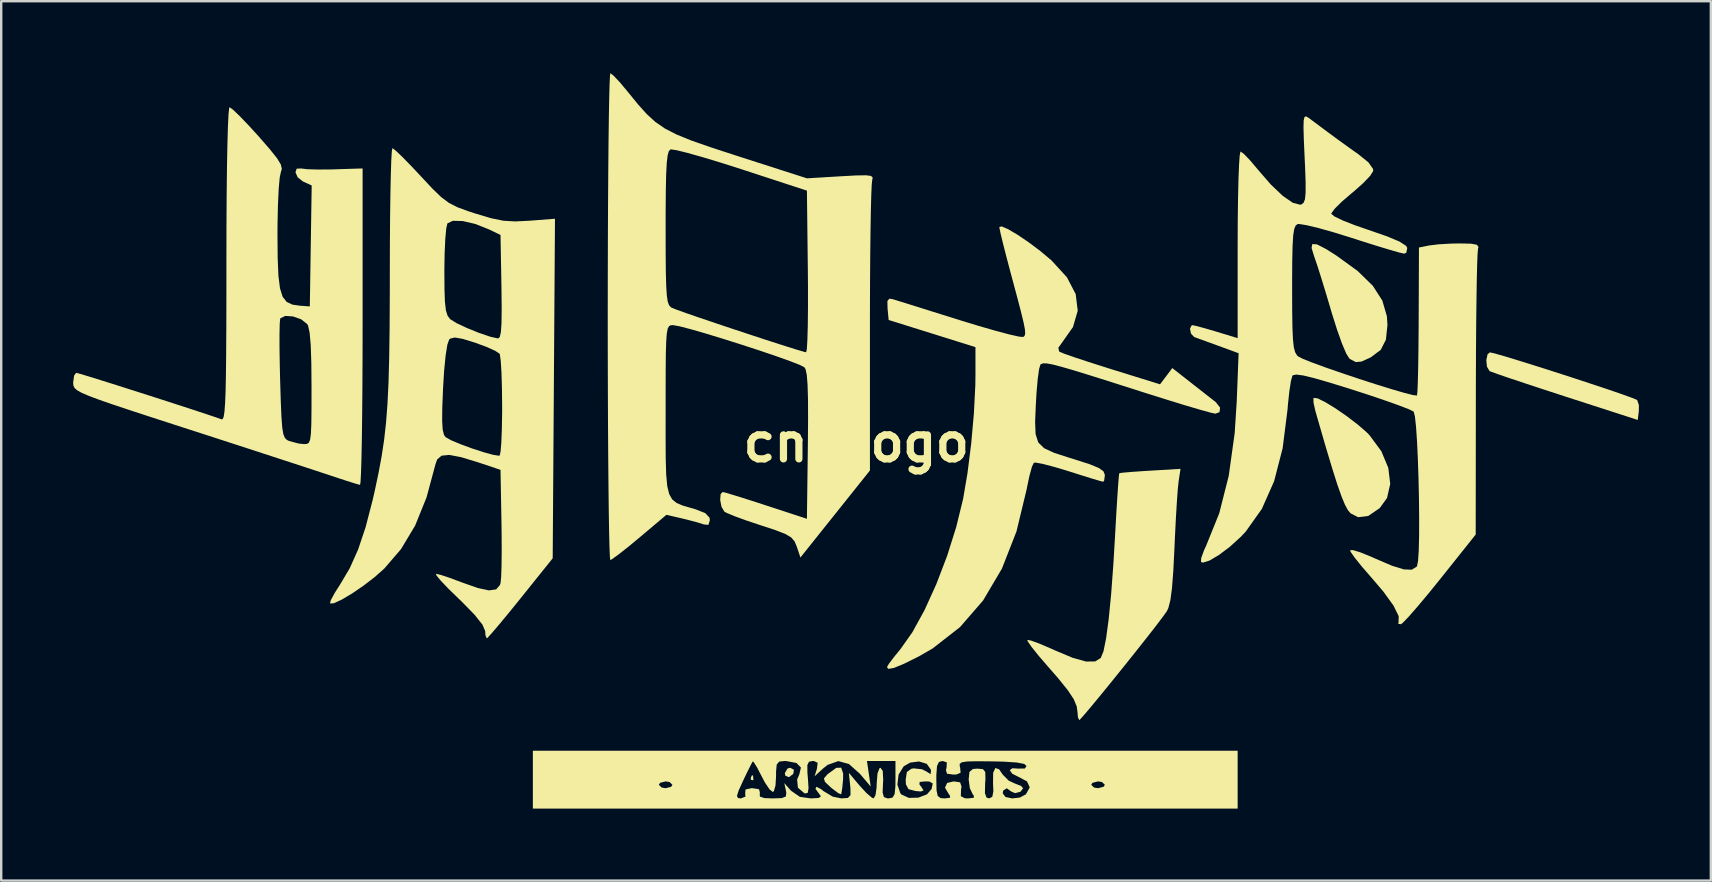
<source format=kicad_pcb>
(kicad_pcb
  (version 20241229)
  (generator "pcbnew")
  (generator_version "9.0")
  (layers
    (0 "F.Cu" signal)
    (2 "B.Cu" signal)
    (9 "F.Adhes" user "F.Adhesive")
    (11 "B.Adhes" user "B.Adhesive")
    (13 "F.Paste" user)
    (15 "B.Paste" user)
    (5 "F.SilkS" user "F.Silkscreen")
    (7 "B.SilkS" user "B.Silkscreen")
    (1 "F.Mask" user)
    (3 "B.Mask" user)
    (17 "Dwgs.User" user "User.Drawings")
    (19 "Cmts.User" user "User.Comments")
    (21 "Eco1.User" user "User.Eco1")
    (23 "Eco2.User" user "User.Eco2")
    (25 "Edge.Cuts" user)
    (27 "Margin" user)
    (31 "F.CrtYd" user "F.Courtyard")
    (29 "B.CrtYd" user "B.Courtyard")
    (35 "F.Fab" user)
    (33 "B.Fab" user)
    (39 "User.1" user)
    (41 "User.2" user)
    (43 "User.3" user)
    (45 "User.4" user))
  (footprint "cn-logo"
    (layer "F.Cu")
    (at 32.637 15.396)
    (property "Reference" "cn-logo" (at 0 0 0) (layer "F.SilkS") (effects (font (size 1.5 1.5) (thickness 0.3))))
    (attr board_only exclude_from_pos_files exclude_from_bom)
    (fp_poly (pts (xy -4.304 13.882) (xy -4.287 14.051) (xy -4.304 14.072) (xy -4.389 14.052) (xy -4.399 13.977) (xy -4.347 13.86)) (stroke (width 0) (type solid)) (fill yes) (layer "F.SilkS"))
    (fp_poly (pts (xy -2.6 13.634) (xy -2.625 13.804) (xy -2.811 13.945) (xy -2.956 13.883) (xy -2.98 13.776) (xy -2.866 13.581) (xy -2.755 13.551)) (stroke (width 0) (type solid)) (fill yes) (layer "F.SilkS"))
    (fp_poly (pts (xy -0.548 13.791) (xy -0.552 14.048) (xy -0.588 14.416) (xy -0.626 14.636) (xy -0.635 14.658) (xy -0.758 14.605) (xy -1.005 14.418) (xy -1.06 14.372) (xy -1.304 14.143) (xy -1.35 13.998) (xy -1.217 13.839) (xy -1.182 13.808) (xy -0.838 13.555) (xy -0.631 13.547)) (stroke (width 0) (type solid)) (fill yes) (layer "F.SilkS"))
    (fp_poly (pts (xy 19.222 -1.845) (xy 19.546 -1.685) (xy 19.973 -1.425) (xy 20.441 -1.102) (xy 20.893 -0.757) (xy 21.27 -0.429) (xy 21.391 -0.306) (xy 21.882 0.361) (xy 22.171 1.052) (xy 22.252 1.717) (xy 22.119 2.307) (xy 21.815 2.728) (xy 21.337 3.056) (xy 20.914 3.109) (xy 20.601 2.948) (xy 20.489 2.817) (xy 20.366 2.592) (xy 20.222 2.244) (xy 20.046 1.745) (xy 19.831 1.066) (xy 19.564 0.177) (xy 19.238 -0.948) (xy 19.13 -1.326) (xy 19.055 -1.659) (xy 19.051 -1.854) (xy 19.057 -1.864)) (stroke (width 0) (type solid)) (fill yes) (layer "F.SilkS"))
    (fp_poly (pts (xy 26.597 -3.718) (xy 27.005 -3.602) (xy 27.583 -3.426) (xy 28.282 -3.208) (xy 29.054 -2.962) (xy 29.851 -2.705) (xy 30.625 -2.45) (xy 31.329 -2.216) (xy 31.913 -2.015) (xy 32.331 -1.865) (xy 32.532 -1.781) (xy 32.542 -1.775) (xy 32.615 -1.565) (xy 32.612 -1.305) (xy 32.566 -0.944) (xy 29.546 -1.921) (xy 28.665 -2.208) (xy 27.873 -2.469) (xy 27.211 -2.69) (xy 26.718 -2.859) (xy 26.437 -2.962) (xy 26.389 -2.983) (xy 26.282 -3.166) (xy 26.256 -3.443) (xy 26.309 -3.683) (xy 26.407 -3.76)) (stroke (width 0) (type solid)) (fill yes) (layer "F.SilkS"))
    (fp_poly (pts (xy 19.196 -8.262) (xy 19.568 -8.072) (xy 20.011 -7.793) (xy 20.894 -7.152) (xy 21.523 -6.539) (xy 21.921 -5.922) (xy 22.112 -5.27) (xy 22.136 -4.9) (xy 22.072 -4.289) (xy 21.856 -3.866) (xy 21.449 -3.559) (xy 21.43 -3.549) (xy 21.06 -3.379) (xy 20.82 -3.355) (xy 20.596 -3.472) (xy 20.543 -3.512) (xy 20.419 -3.71) (xy 20.243 -4.124) (xy 20.038 -4.697) (xy 19.826 -5.369) (xy 19.798 -5.463) (xy 19.584 -6.186) (xy 19.378 -6.858) (xy 19.204 -7.406) (xy 19.082 -7.759) (xy 19.079 -7.769) (xy 18.974 -8.111) (xy 19.005 -8.275)) (stroke (width 0) (type solid)) (fill yes) (layer "F.SilkS"))
    (fp_poly (pts (xy 13.433 1.611) (xy 13.399 1.931) (xy 13.36 2.471) (xy 13.318 3.169) (xy 13.278 3.962) (xy 13.259 4.399) (xy 13.211 5.357) (xy 13.156 6.068) (xy 13.089 6.568) (xy 13.005 6.893) (xy 12.943 7.024) (xy 12.781 7.252) (xy 12.489 7.637) (xy 12.098 8.139) (xy 11.64 8.717) (xy 11.149 9.332) (xy 10.656 9.943) (xy 10.194 10.51) (xy 9.796 10.992) (xy 9.493 11.35) (xy 9.318 11.543) (xy 9.29 11.565) (xy 9.236 11.445) (xy 9.223 11.272) (xy 9.187 10.995) (xy 9.06 10.691) (xy 8.811 10.315) (xy 8.413 9.821) (xy 7.979 9.324) (xy 7.595 8.878) (xy 7.304 8.515) (xy 7.143 8.281) (xy 7.126 8.223) (xy 7.275 8.248) (xy 7.617 8.372) (xy 8.086 8.572) (xy 8.269 8.655) (xy 9.022 8.97) (xy 9.575 9.124) (xy 9.957 9.119) (xy 10.188 8.974) (xy 10.301 8.699) (xy 10.411 8.154) (xy 10.518 7.357) (xy 10.62 6.321) (xy 10.714 5.062) (xy 10.782 3.916) (xy 10.828 3.088) (xy 10.872 2.366) (xy 10.911 1.792) (xy 10.941 1.413) (xy 10.96 1.274) (xy 11.108 1.253) (xy 11.474 1.221) (xy 11.991 1.185) (xy 12.255 1.169) (xy 13.512 1.094)) (stroke (width 0) (type solid)) (fill yes) (layer "F.SilkS"))
    (fp_poly (pts (xy 6.335 -8.89) (xy 6.729 -8.657) (xy 7.193 -8.342) (xy 7.678 -7.977) (xy 8.132 -7.596) (xy 8.778 -6.89) (xy 9.143 -6.189) (xy 9.228 -5.496) (xy 9.03 -4.816) (xy 8.606 -4.214) (xy 8.42 -3.954) (xy 8.453 -3.801) (xy 8.482 -3.78) (xy 8.673 -3.702) (xy 9.084 -3.558) (xy 9.659 -3.368) (xy 10.348 -3.148) (xy 10.657 -3.051) (xy 12.658 -2.43) (xy 12.914 -2.768) (xy 13.169 -3.107) (xy 13.974 -2.476) (xy 14.403 -2.14) (xy 14.763 -1.858) (xy 14.978 -1.69) (xy 14.981 -1.687) (xy 15.161 -1.457) (xy 15.137 -1.268) (xy 14.963 -1.206) (xy 14.767 -1.248) (xy 14.345 -1.365) (xy 13.738 -1.544) (xy 12.989 -1.774) (xy 12.141 -2.04) (xy 11.806 -2.147) (xy 10.659 -2.513) (xy 9.753 -2.799) (xy 9.058 -3.013) (xy 8.543 -3.162) (xy 8.18 -3.256) (xy 7.939 -3.3) (xy 7.79 -3.304) (xy 7.704 -3.276) (xy 7.671 -3.248) (xy 7.617 -3.061) (xy 7.561 -2.656) (xy 7.512 -2.097) (xy 7.483 -1.604) (xy 7.452 -0.868) (xy 7.472 -0.355) (xy 7.583 -0.007) (xy 7.828 0.234) (xy 8.247 0.428) (xy 8.882 0.633) (xy 9.117 0.705) (xy 9.725 0.9) (xy 10.103 1.056) (xy 10.299 1.195) (xy 10.358 1.343) (xy 10.359 1.357) (xy 10.329 1.583) (xy 10.289 1.632) (xy 10.133 1.591) (xy 9.768 1.482) (xy 9.256 1.322) (xy 8.869 1.199) (xy 8.287 1.023) (xy 7.806 0.896) (xy 7.489 0.835) (xy 7.401 0.838) (xy 7.321 1.003) (xy 7.218 1.373) (xy 7.113 1.873) (xy 7.1 1.944) (xy 6.675 3.704) (xy 6.07 5.249) (xy 5.285 6.578) (xy 4.322 7.689) (xy 3.181 8.579) (xy 2.604 8.911) (xy 1.975 9.223) (xy 1.561 9.393) (xy 1.337 9.43) (xy 1.277 9.355) (xy 1.362 9.213) (xy 1.581 8.923) (xy 1.838 8.61) (xy 2.336 7.904) (xy 2.844 6.98) (xy 3.335 5.898) (xy 3.785 4.721) (xy 4.166 3.512) (xy 4.452 2.341) (xy 4.634 1.271) (xy 4.788 0.043) (xy 4.901 -1.219) (xy 4.96 -2.39) (xy 4.966 -2.821) (xy 4.966 -3.979) (xy 3.157 -4.545) (xy 1.348 -5.111) (xy 1.303 -5.584) (xy 1.295 -5.899) (xy 1.379 -6) (xy 1.515 -5.978) (xy 1.729 -5.912) (xy 2.165 -5.776) (xy 2.776 -5.585) (xy 3.514 -5.354) (xy 4.297 -5.108) (xy 5.101 -4.863) (xy 5.813 -4.658) (xy 6.39 -4.505) (xy 6.787 -4.416) (xy 6.958 -4.402) (xy 7.014 -4.452) (xy 7.039 -4.545) (xy 7.027 -4.719) (xy 6.97 -5.012) (xy 6.861 -5.462) (xy 6.692 -6.107) (xy 6.456 -6.986) (xy 6.442 -7.038) (xy 6.262 -7.719) (xy 6.112 -8.306) (xy 6.007 -8.742) (xy 5.961 -8.97) (xy 5.96 -8.983) (xy 6.062 -9.01)) (stroke (width 0) (type solid)) (fill yes) (layer "F.SilkS"))
    (fp_poly (pts (xy -25.979 -13.877) (xy -25.694 -13.605) (xy -25.31 -13.204) (xy -24.911 -12.766) (xy -24.44 -12.225) (xy -24.138 -11.846) (xy -23.982 -11.587) (xy -23.942 -11.405) (xy -23.979 -11.286) (xy -24.029 -11.053) (xy -24.071 -10.588) (xy -24.102 -9.941) (xy -24.12 -9.165) (xy -24.123 -8.681) (xy -24.115 -7.695) (xy -24.084 -6.957) (xy -24.018 -6.429) (xy -23.907 -6.077) (xy -23.739 -5.863) (xy -23.502 -5.751) (xy -23.201 -5.707) (xy -22.775 -5.676) (xy -22.736 -8.196) (xy -22.697 -10.717) (xy -23.061 -10.882) (xy -23.282 -11.057) (xy -23.373 -11.265) (xy -23.323 -11.417) (xy -23.124 -11.424) (xy -23.121 -11.423) (xy -22.89 -11.394) (xy -22.458 -11.381) (xy -21.907 -11.384) (xy -21.746 -11.389) (xy -20.575 -11.426) (xy -20.575 -4.826) (xy -20.578 -3.488) (xy -20.584 -2.242) (xy -20.594 -1.115) (xy -20.607 -0.135) (xy -20.623 0.671) (xy -20.642 1.274) (xy -20.662 1.646) (xy -20.682 1.762) (xy -20.857 1.714) (xy -21.231 1.597) (xy -21.734 1.432) (xy -21.923 1.369) (xy -22.33 1.234) (xy -22.966 1.025) (xy -23.79 0.756) (xy -24.762 0.439) (xy -25.841 0.088) (xy -26.987 -0.284) (xy -27.848 -0.562) (xy -29.11 -0.971) (xy -30.128 -1.303) (xy -30.929 -1.569) (xy -31.538 -1.78) (xy -31.982 -1.946) (xy -32.286 -2.077) (xy -32.478 -2.185) (xy -32.583 -2.281) (xy -32.627 -2.374) (xy -32.637 -2.476) (xy -32.637 -2.51) (xy -32.598 -2.797) (xy -32.511 -2.909) (xy -32.354 -2.867) (xy -31.975 -2.753) (xy -31.421 -2.581) (xy -30.741 -2.367) (xy -29.982 -2.125) (xy -29.191 -1.872) (xy -28.416 -1.622) (xy -27.705 -1.39) (xy -27.105 -1.193) (xy -26.665 -1.045) (xy -26.451 -0.969) (xy -26.404 -0.984) (xy -26.364 -1.085) (xy -26.332 -1.294) (xy -26.306 -1.633) (xy -26.286 -2.125) (xy -26.272 -2.791) (xy -26.262 -3.655) (xy -26.257 -4.525) (xy -24.039 -4.525) (xy -24.038 -3.912) (xy -24.026 -3.169) (xy -24.012 -2.578) (xy -23.985 -1.702) (xy -23.958 -1.068) (xy -23.925 -0.633) (xy -23.879 -0.356) (xy -23.815 -0.196) (xy -23.727 -0.109) (xy -23.643 -0.068) (xy -23.245 0.038) (xy -23.023 0.062) (xy -22.906 0.058) (xy -22.822 0.013) (xy -22.765 -0.113) (xy -22.731 -0.36) (xy -22.712 -0.767) (xy -22.705 -1.376) (xy -22.704 -2.224) (xy -22.704 -2.314) (xy -22.712 -3.324) (xy -22.738 -4.072) (xy -22.783 -4.582) (xy -22.848 -4.875) (xy -22.881 -4.937) (xy -23.133 -5.137) (xy -23.474 -5.258) (xy -23.797 -5.28) (xy -23.997 -5.184) (xy -24.01 -5.158) (xy -24.029 -4.958) (xy -24.039 -4.525) (xy -26.257 -4.525) (xy -26.255 -4.738) (xy -26.252 -6.064) (xy -26.251 -7.435) (xy -26.249 -8.939) (xy -26.241 -10.284) (xy -26.228 -11.451) (xy -26.21 -12.421) (xy -26.188 -13.173) (xy -26.163 -13.689) (xy -26.134 -13.949) (xy -26.12 -13.977)) (stroke (width 0) (type solid)) (fill yes) (layer "F.SilkS"))
    (fp_poly (pts (xy -19.201 -12.174) (xy -18.92 -11.907) (xy -18.536 -11.514) (xy -18.15 -11.103) (xy -17.667 -10.586) (xy -17.301 -10.232) (xy -16.979 -9.991) (xy -16.628 -9.811) (xy -16.176 -9.645) (xy -15.88 -9.548) (xy -15.224 -9.352) (xy -14.71 -9.247) (xy -14.217 -9.218) (xy -13.623 -9.247) (xy -13.622 -9.247) (xy -12.558 -9.33) (xy -12.605 -2.255) (xy -12.653 4.821) (xy -13.992 6.49) (xy -14.463 7.071) (xy -14.87 7.563) (xy -15.182 7.93) (xy -15.366 8.132) (xy -15.4 8.159) (xy -15.453 8.039) (xy -15.467 7.853) (xy -15.581 7.586) (xy -15.913 7.17) (xy -16.451 6.619) (xy -16.567 6.509) (xy -16.999 6.088) (xy -17.323 5.749) (xy -17.502 5.53) (xy -17.516 5.467) (xy -17.315 5.514) (xy -16.935 5.64) (xy -16.46 5.818) (xy -15.779 6.059) (xy -15.308 6.159) (xy -15.011 6.117) (xy -14.852 5.935) (xy -14.826 5.853) (xy -14.801 5.604) (xy -14.785 5.129) (xy -14.778 4.487) (xy -14.782 3.734) (xy -14.788 3.335) (xy -14.828 1.135) (xy -15.751 0.826) (xy -16.465 0.608) (xy -16.963 0.513) (xy -17.283 0.544) (xy -17.467 0.701) (xy -17.534 0.887) (xy -17.912 2.288) (xy -18.386 3.458) (xy -18.976 4.441) (xy -19.672 5.25) (xy -20.072 5.605) (xy -20.54 5.964) (xy -21.019 6.291) (xy -21.451 6.547) (xy -21.778 6.696) (xy -21.937 6.703) (xy -21.898 6.562) (xy -21.733 6.258) (xy -21.512 5.911) (xy -21.108 5.229) (xy -20.761 4.453) (xy -20.451 3.527) (xy -20.156 2.391) (xy -20.065 1.992) (xy -19.91 1.259) (xy -19.782 0.571) (xy -19.679 -0.112) (xy -19.599 -0.826) (xy -19.593 -0.897) (xy -17.26 -0.897) (xy -17.237 -0.533) (xy -17.183 -0.32) (xy -17.115 -0.226) (xy -16.884 -0.097) (xy -16.489 0.069) (xy -16.011 0.244) (xy -15.532 0.4) (xy -15.132 0.51) (xy -14.891 0.547) (xy -14.864 0.541) (xy -14.826 0.385) (xy -14.794 -0.003) (xy -14.772 -0.569) (xy -14.76 -1.262) (xy -14.76 -1.534) (xy -14.768 -2.269) (xy -14.787 -2.907) (xy -14.817 -3.391) (xy -14.853 -3.667) (xy -14.866 -3.703) (xy -15.046 -3.824) (xy -15.417 -3.991) (xy -15.887 -4.164) (xy -16.406 -4.324) (xy -16.727 -4.38) (xy -16.914 -4.339) (xy -16.969 -4.293) (xy -17.044 -4.078) (xy -17.116 -3.624) (xy -17.179 -2.978) (xy -17.223 -2.252) (xy -17.255 -1.455) (xy -17.26 -0.897) (xy -19.593 -0.897) (xy -19.539 -1.612) (xy -19.495 -2.507) (xy -19.467 -3.55) (xy -19.45 -4.778) (xy -19.442 -6.231) (xy -19.441 -7.13) (xy -19.441 -7.152) (xy -17.168 -7.152) (xy -17.163 -6.389) (xy -17.144 -5.858) (xy -17.103 -5.509) (xy -17.035 -5.291) (xy -16.933 -5.153) (xy -16.922 -5.142) (xy -16.658 -4.978) (xy -16.225 -4.775) (xy -15.725 -4.573) (xy -15.262 -4.415) (xy -14.937 -4.341) (xy -14.931 -4.34) (xy -14.86 -4.397) (xy -14.812 -4.601) (xy -14.786 -4.986) (xy -14.779 -5.585) (xy -14.788 -6.432) (xy -14.789 -6.491) (xy -14.828 -8.654) (xy -15.325 -8.893) (xy -15.885 -9.114) (xy -16.405 -9.234) (xy -16.814 -9.245) (xy -17.042 -9.135) (xy -17.043 -9.132) (xy -17.09 -8.923) (xy -17.129 -8.491) (xy -17.156 -7.898) (xy -17.168 -7.206) (xy -17.168 -7.152) (xy -19.441 -7.152) (xy -19.438 -8.307) (xy -19.43 -9.389) (xy -19.417 -10.344) (xy -19.4 -11.142) (xy -19.381 -11.75) (xy -19.358 -12.138) (xy -19.334 -12.273)) (stroke (width 0) (type solid)) (fill yes) (layer "F.SilkS"))
    (fp_poly (pts (xy -10.115 -15.293) (xy -9.86 -15.022) (xy -9.539 -14.639) (xy -9.512 -14.606) (xy -9.097 -14.096) (xy -8.733 -13.691) (xy -8.375 -13.364) (xy -7.978 -13.09) (xy -7.496 -12.842) (xy -6.885 -12.593) (xy -6.098 -12.318) (xy -5.091 -11.989) (xy -4.947 -11.942) (xy -2.058 -11.014) (xy -0.65 -11.099) (xy -0.011 -11.134) (xy 0.393 -11.141) (xy 0.609 -11.116) (xy 0.683 -11.051) (xy 0.664 -10.942) (xy 0.662 -10.937) (xy 0.642 -10.746) (xy 0.623 -10.302) (xy 0.606 -9.636) (xy 0.592 -8.78) (xy 0.58 -7.764) (xy 0.572 -6.62) (xy 0.568 -5.378) (xy 0.568 -4.764) (xy 0.568 1.162) (xy -0.88 2.975) (xy -2.329 4.788) (xy -2.482 4.331) (xy -2.574 4.114) (xy -2.716 3.95) (xy -2.964 3.805) (xy -3.375 3.645) (xy -3.979 3.447) (xy -4.57 3.25) (xy -5.068 3.069) (xy -5.403 2.929) (xy -5.499 2.876) (xy -5.618 2.674) (xy -5.673 2.39) (xy -5.654 2.145) (xy -5.57 2.059) (xy -5.401 2.101) (xy -5.019 2.216) (xy -4.477 2.386) (xy -3.83 2.595) (xy -3.76 2.618) (xy -2.058 3.175) (xy -2.019 0.106) (xy -2.01 -0.976) (xy -2.013 -1.804) (xy -2.031 -2.406) (xy -2.063 -2.812) (xy -2.112 -3.05) (xy -2.161 -3.137) (xy -2.353 -3.236) (xy -2.765 -3.397) (xy -3.344 -3.604) (xy -4.037 -3.839) (xy -4.791 -4.085) (xy -5.554 -4.326) (xy -6.271 -4.545) (xy -6.892 -4.724) (xy -7.362 -4.846) (xy -7.63 -4.895) (xy -7.64 -4.896) (xy -7.734 -4.89) (xy -7.807 -4.851) (xy -7.861 -4.745) (xy -7.899 -4.541) (xy -7.923 -4.205) (xy -7.938 -3.704) (xy -7.944 -3.006) (xy -7.946 -2.078) (xy -7.946 -1.351) (xy -7.947 -0.223) (xy -7.943 0.657) (xy -7.924 1.321) (xy -7.88 1.805) (xy -7.799 2.142) (xy -7.672 2.368) (xy -7.489 2.516) (xy -7.238 2.622) (xy -6.911 2.718) (xy -6.705 2.777) (xy -6.295 2.938) (xy -6.118 3.127) (xy -6.102 3.23) (xy -6.163 3.428) (xy -6.35 3.411) (xy -6.636 3.321) (xy -7.064 3.208) (xy -7.256 3.162) (xy -7.914 3.01) (xy -9.03 3.951) (xy -9.505 4.344) (xy -9.901 4.656) (xy -10.169 4.85) (xy -10.252 4.894) (xy -10.27 4.756) (xy -10.286 4.357) (xy -10.302 3.719) (xy -10.316 2.864) (xy -10.328 1.816) (xy -10.339 0.596) (xy -10.348 -0.773) (xy -10.354 -2.269) (xy -10.358 -3.868) (xy -10.359 -5.25) (xy -10.357 -6.919) (xy -10.353 -8.502) (xy -10.351 -8.949) (xy -7.946 -8.949) (xy -7.945 -7.911) (xy -7.938 -7.121) (xy -7.923 -6.544) (xy -7.898 -6.144) (xy -7.86 -5.884) (xy -7.806 -5.73) (xy -7.733 -5.646) (xy -7.695 -5.622) (xy -7.496 -5.542) (xy -7.083 -5.394) (xy -6.507 -5.195) (xy -5.818 -4.962) (xy -5.067 -4.711) (xy -4.305 -4.459) (xy -3.583 -4.223) (xy -2.95 -4.02) (xy -2.457 -3.866) (xy -2.156 -3.779) (xy -2.09 -3.765) (xy -2.061 -3.899) (xy -2.039 -4.278) (xy -2.022 -4.863) (xy -2.014 -5.615) (xy -2.014 -6.495) (xy -2.019 -7.13) (xy -2.058 -10.501) (xy -4.802 -11.398) (xy -5.644 -11.666) (xy -6.401 -11.895) (xy -7.03 -12.072) (xy -7.487 -12.185) (xy -7.727 -12.221) (xy -7.746 -12.218) (xy -7.813 -12.147) (xy -7.863 -11.97) (xy -7.9 -11.656) (xy -7.925 -11.171) (xy -7.939 -10.485) (xy -7.946 -9.564) (xy -7.946 -8.949) (xy -10.351 -8.949) (xy -10.346 -9.977) (xy -10.337 -11.322) (xy -10.326 -12.514) (xy -10.313 -13.53) (xy -10.298 -14.348) (xy -10.282 -14.946) (xy -10.265 -15.302) (xy -10.251 -15.396)) (stroke (width 0) (type solid)) (fill yes) (layer "F.SilkS"))
    (fp_poly (pts (xy 18.853 -13.532) (xy 18.856 -13.531) (xy 19.123 -13.331) (xy 19.502 -13.049) (xy 19.683 -12.913) (xy 20.148 -12.572) (xy 20.681 -12.19) (xy 20.92 -12.022) (xy 21.345 -11.677) (xy 21.536 -11.403) (xy 21.542 -11.318) (xy 21.415 -11.118) (xy 21.12 -10.809) (xy 20.717 -10.452) (xy 20.645 -10.394) (xy 20.24 -10.046) (xy 19.939 -9.749) (xy 19.799 -9.557) (xy 19.795 -9.537) (xy 19.922 -9.428) (xy 20.267 -9.261) (xy 20.777 -9.06) (xy 21.356 -8.86) (xy 22.125 -8.594) (xy 22.635 -8.379) (xy 22.907 -8.205) (xy 22.962 -8.115) (xy 22.921 -7.913) (xy 22.836 -7.875) (xy 22.646 -7.917) (xy 22.239 -8.033) (xy 21.666 -8.207) (xy 20.98 -8.423) (xy 20.638 -8.534) (xy 19.912 -8.759) (xy 19.271 -8.94) (xy 18.766 -9.061) (xy 18.453 -9.111) (xy 18.388 -9.106) (xy 18.307 -9.041) (xy 18.248 -8.894) (xy 18.207 -8.626) (xy 18.182 -8.199) (xy 18.168 -7.575) (xy 18.163 -6.717) (xy 18.163 -6.412) (xy 18.166 -5.478) (xy 18.176 -4.787) (xy 18.198 -4.298) (xy 18.234 -3.971) (xy 18.289 -3.765) (xy 18.366 -3.638) (xy 18.411 -3.593) (xy 18.609 -3.492) (xy 19.012 -3.331) (xy 19.568 -3.128) (xy 20.226 -2.9) (xy 20.932 -2.663) (xy 21.634 -2.436) (xy 22.281 -2.235) (xy 22.82 -2.078) (xy 23.199 -1.981) (xy 23.365 -1.962) (xy 23.367 -1.964) (xy 23.384 -2.116) (xy 23.401 -2.511) (xy 23.416 -3.105) (xy 23.427 -3.857) (xy 23.435 -4.725) (xy 23.437 -5.076) (xy 23.449 -8.131) (xy 23.875 -8.216) (xy 24.255 -8.263) (xy 24.781 -8.294) (xy 25.149 -8.301) (xy 25.621 -8.29) (xy 25.863 -8.246) (xy 25.93 -8.154) (xy 25.912 -8.077) (xy 25.893 -7.89) (xy 25.875 -7.451) (xy 25.859 -6.79) (xy 25.846 -5.939) (xy 25.834 -4.929) (xy 25.826 -3.79) (xy 25.821 -2.555) (xy 25.82 -2.01) (xy 25.814 3.831) (xy 24.347 5.67) (xy 23.846 6.289) (xy 23.396 6.826) (xy 23.032 7.243) (xy 22.785 7.502) (xy 22.701 7.569) (xy 22.584 7.554) (xy 22.599 7.504) (xy 22.604 7.232) (xy 22.391 6.798) (xy 21.969 6.213) (xy 21.462 5.618) (xy 21.075 5.173) (xy 20.774 4.799) (xy 20.601 4.551) (xy 20.575 4.489) (xy 20.693 4.478) (xy 21.006 4.573) (xy 21.455 4.755) (xy 21.63 4.834) (xy 22.326 5.132) (xy 22.819 5.284) (xy 23.147 5.297) (xy 23.346 5.176) (xy 23.369 5.144) (xy 23.411 4.935) (xy 23.44 4.498) (xy 23.455 3.884) (xy 23.457 3.144) (xy 23.449 2.329) (xy 23.43 1.49) (xy 23.403 0.677) (xy 23.368 -0.058) (xy 23.327 -0.665) (xy 23.28 -1.092) (xy 23.229 -1.289) (xy 23.226 -1.293) (xy 23.041 -1.385) (xy 22.632 -1.544) (xy 22.047 -1.753) (xy 21.334 -1.994) (xy 20.672 -2.208) (xy 19.766 -2.49) (xy 19.095 -2.684) (xy 18.631 -2.797) (xy 18.341 -2.836) (xy 18.196 -2.807) (xy 18.174 -2.785) (xy 18.113 -2.567) (xy 18.048 -2.144) (xy 17.989 -1.593) (xy 17.971 -1.373) (xy 17.768 0.233) (xy 17.413 1.608) (xy 16.901 2.763) (xy 16.229 3.709) (xy 16.031 3.92) (xy 15.571 4.338) (xy 15.117 4.681) (xy 14.723 4.914) (xy 14.447 5.001) (xy 14.365 4.976) (xy 14.374 4.812) (xy 14.49 4.49) (xy 14.582 4.291) (xy 15.126 2.944) (xy 15.521 1.386) (xy 15.769 -0.395) (xy 15.855 -1.721) (xy 15.933 -3.725) (xy 15.097 -4.031) (xy 14.628 -4.202) (xy 14.255 -4.338) (xy 14.084 -4.399) (xy 13.948 -4.541) (xy 13.906 -4.751) (xy 13.977 -4.888) (xy 14.013 -4.894) (xy 14.194 -4.855) (xy 14.564 -4.754) (xy 15.006 -4.624) (xy 15.893 -4.354) (xy 15.893 -8.243) (xy 15.897 -9.261) (xy 15.909 -10.179) (xy 15.927 -10.961) (xy 15.951 -11.571) (xy 15.979 -11.974) (xy 16.011 -12.131) (xy 16.013 -12.132) (xy 16.156 -12.029) (xy 16.415 -11.759) (xy 16.735 -11.379) (xy 16.738 -11.375) (xy 17.28 -10.751) (xy 17.776 -10.281) (xy 18.195 -9.993) (xy 18.502 -9.913) (xy 18.547 -9.925) (xy 18.639 -9.992) (xy 18.698 -10.14) (xy 18.725 -10.414) (xy 18.725 -10.861) (xy 18.701 -11.527) (xy 18.685 -11.867) (xy 18.651 -12.619) (xy 18.637 -13.128) (xy 18.645 -13.433) (xy 18.682 -13.576) (xy 18.749 -13.595)) (stroke (width 0) (type solid)) (fill yes) (layer "F.SilkS"))
    (fp_poly (pts (xy 15.893 14.048) (xy 15.893 15.254) (xy 1.206 15.254) (xy -13.48 15.254) (xy -13.48 14.724) (xy -4.974 14.724) (xy -4.93 14.814) (xy -4.808 14.828) (xy -4.621 14.753) (xy -4.631 14.616) (xy -4.616 14.456) (xy -4.373 14.403) (xy -4.328 14.403) (xy -4.055 14.445) (xy -4.016 14.591) (xy -4.024 14.616) (xy -4.019 14.751) (xy -3.831 14.815) (xy -3.485 14.828) (xy -3.103 14.815) (xy -2.936 14.748) (xy -2.918 14.589) (xy -2.933 14.509) (xy -3.001 14.19) (xy -2.72 14.509) (xy -2.352 14.763) (xy -1.9 14.828) (xy -1.566 14.81) (xy -1.475 14.741) (xy -1.533 14.658) (xy -1.703 14.426) (xy -1.659 14.343) (xy -1.451 14.453) (xy -1.374 14.52) (xy -0.983 14.754) (xy -0.622 14.828) (xy -0.348 14.808) (xy -0.241 14.69) (xy -0.245 14.393) (xy -0.255 14.296) (xy -0.31 13.764) (xy 0.139 14.296) (xy 0.425 14.606) (xy 0.65 14.798) (xy 0.72 14.828) (xy 0.798 14.702) (xy 0.845 14.381) (xy 0.851 14.19) (xy 0.883 13.791) (xy 0.966 13.572) (xy 1.008 13.551) (xy 1.102 13.683) (xy 1.121 14.052) (xy 1.113 14.19) (xy 1.097 14.585) (xy 1.15 14.773) (xy 1.299 14.827) (xy 1.347 14.828) (xy 1.512 14.794) (xy 1.597 14.648) (xy 1.629 14.323) (xy 1.63 14.252) (xy 1.712 14.252) (xy 1.835 14.612) (xy 1.88 14.665) (xy 2.188 14.806) (xy 2.583 14.797) (xy 2.943 14.66) (xy 3.137 14.438) (xy 3.186 14.205) (xy 3.044 14.125) (xy 2.887 14.119) (xy 2.639 14.142) (xy 2.631 14.245) (xy 2.706 14.344) (xy 2.802 14.497) (xy 2.695 14.539) (xy 2.475 14.521) (xy 2.176 14.444) (xy 2.068 14.243) (xy 2.058 14.048) (xy 2.058 14.048) (xy 3.335 14.048) (xy 3.344 14.495) (xy 3.393 14.727) (xy 3.513 14.815) (xy 3.682 14.828) (xy 3.912 14.8) (xy 3.894 14.696) (xy 3.86 14.658) (xy 3.695 14.381) (xy 3.786 14.183) (xy 4.061 14.119) (xy 4.326 14.158) (xy 4.385 14.332) (xy 4.364 14.474) (xy 4.356 14.736) (xy 4.525 14.823) (xy 4.66 14.828) (xy 4.9 14.801) (xy 4.892 14.701) (xy 4.853 14.658) (xy 4.732 14.403) (xy 4.683 14.037) (xy 4.715 13.723) (xy 4.86 13.602) (xy 5.05 13.587) (xy 5.277 13.609) (xy 5.374 13.725) (xy 5.382 14.014) (xy 5.369 14.208) (xy 5.36 14.61) (xy 5.428 14.795) (xy 5.534 14.828) (xy 5.667 14.764) (xy 5.712 14.529) (xy 5.698 14.19) (xy 5.704 13.759) (xy 5.795 13.561) (xy 5.951 13.615) (xy 6.101 13.834) (xy 6.352 14.088) (xy 6.602 14.204) (xy 6.866 14.308) (xy 6.953 14.403) (xy 6.841 14.551) (xy 6.617 14.609) (xy 6.453 14.538) (xy 6.272 14.407) (xy 6.124 14.499) (xy 6.102 14.616) (xy 6.218 14.768) (xy 6.493 14.828) (xy 6.814 14.793) (xy 7.067 14.658) (xy 7.228 14.369) (xy 7.179 14.261) (xy 9.791 14.261) (xy 9.91 14.376) (xy 10.075 14.403) (xy 10.305 14.343) (xy 10.359 14.261) (xy 10.24 14.146) (xy 10.075 14.119) (xy 9.844 14.178) (xy 9.791 14.261) (xy 7.179 14.261) (xy 7.115 14.12) (xy 6.811 13.956) (xy 6.5 13.8) (xy 6.395 13.653) (xy 6.504 13.571) (xy 6.74 13.586) (xy 7.023 13.582) (xy 7.095 13.479) (xy 6.999 13.391) (xy 6.691 13.332) (xy 6.145 13.296) (xy 5.666 13.285) (xy 5.021 13.279) (xy 4.611 13.289) (xy 4.389 13.325) (xy 4.306 13.395) (xy 4.315 13.51) (xy 4.328 13.55) (xy 4.346 13.76) (xy 4.171 13.831) (xy 4.044 13.835) (xy 3.781 13.799) (xy 3.735 13.648) (xy 3.76 13.551) (xy 3.772 13.326) (xy 3.593 13.268) (xy 3.442 13.31) (xy 3.364 13.481) (xy 3.336 13.845) (xy 3.335 14.048) (xy 2.058 14.048) (xy 2.107 13.728) (xy 2.296 13.593) (xy 2.385 13.576) (xy 2.74 13.614) (xy 2.933 13.713) (xy 3.096 13.817) (xy 3.113 13.687) (xy 3.101 13.618) (xy 2.935 13.386) (xy 2.614 13.289) (xy 2.244 13.336) (xy 1.974 13.492) (xy 1.762 13.835) (xy 1.712 14.252) (xy 1.63 14.252) (xy 1.632 14.048) (xy 1.632 13.268) (xy 1.038 13.268) (xy 0.444 13.268) (xy 0.522 13.8) (xy 0.6 14.332) (xy 0.148 13.8) (xy -0.307 13.395) (xy -0.75 13.273) (xy -1.194 13.43) (xy -1.392 13.587) (xy -1.738 13.906) (xy -1.64 13.587) (xy -1.611 13.343) (xy -1.769 13.269) (xy -1.814 13.268) (xy -1.973 13.3) (xy -2.041 13.443) (xy -2.037 13.767) (xy -2.018 13.98) (xy -1.991 14.398) (xy -2.021 14.593) (xy -2.125 14.622) (xy -2.17 14.607) (xy -2.433 14.382) (xy -2.467 14.042) (xy -2.375 13.825) (xy -2.307 13.542) (xy -2.495 13.352) (xy -2.918 13.271) (xy -2.989 13.27) (xy -3.213 13.293) (xy -3.317 13.417) (xy -3.345 13.718) (xy -3.344 13.902) (xy -3.367 14.287) (xy -3.436 14.526) (xy -3.477 14.56) (xy -3.612 14.457) (xy -3.808 14.166) (xy -3.944 13.909) (xy -4.133 13.543) (xy -4.272 13.32) (xy -4.316 13.286) (xy -4.397 13.433) (xy -4.559 13.758) (xy -4.714 14.084) (xy -4.904 14.501) (xy -4.974 14.724) (xy -13.48 14.724) (xy -13.48 14.261) (xy -8.23 14.261) (xy -8.111 14.376) (xy -7.946 14.403) (xy -7.716 14.343) (xy -7.663 14.261) (xy -7.781 14.146) (xy -7.946 14.119) (xy -8.177 14.178) (xy -8.23 14.261) (xy -13.48 14.261) (xy -13.48 14.048) (xy -13.48 12.842) (xy 1.206 12.842) (xy 15.893 12.842)) (stroke (width 0) (type solid)) (fill yes) (layer "F.SilkS")))
  (gr_rect
    (start -3 -3)
    (end 68.251 33.65)
    (stroke (width 0.1) (type default))
    (fill no)
    (layer "Edge.Cuts")))
</source>
